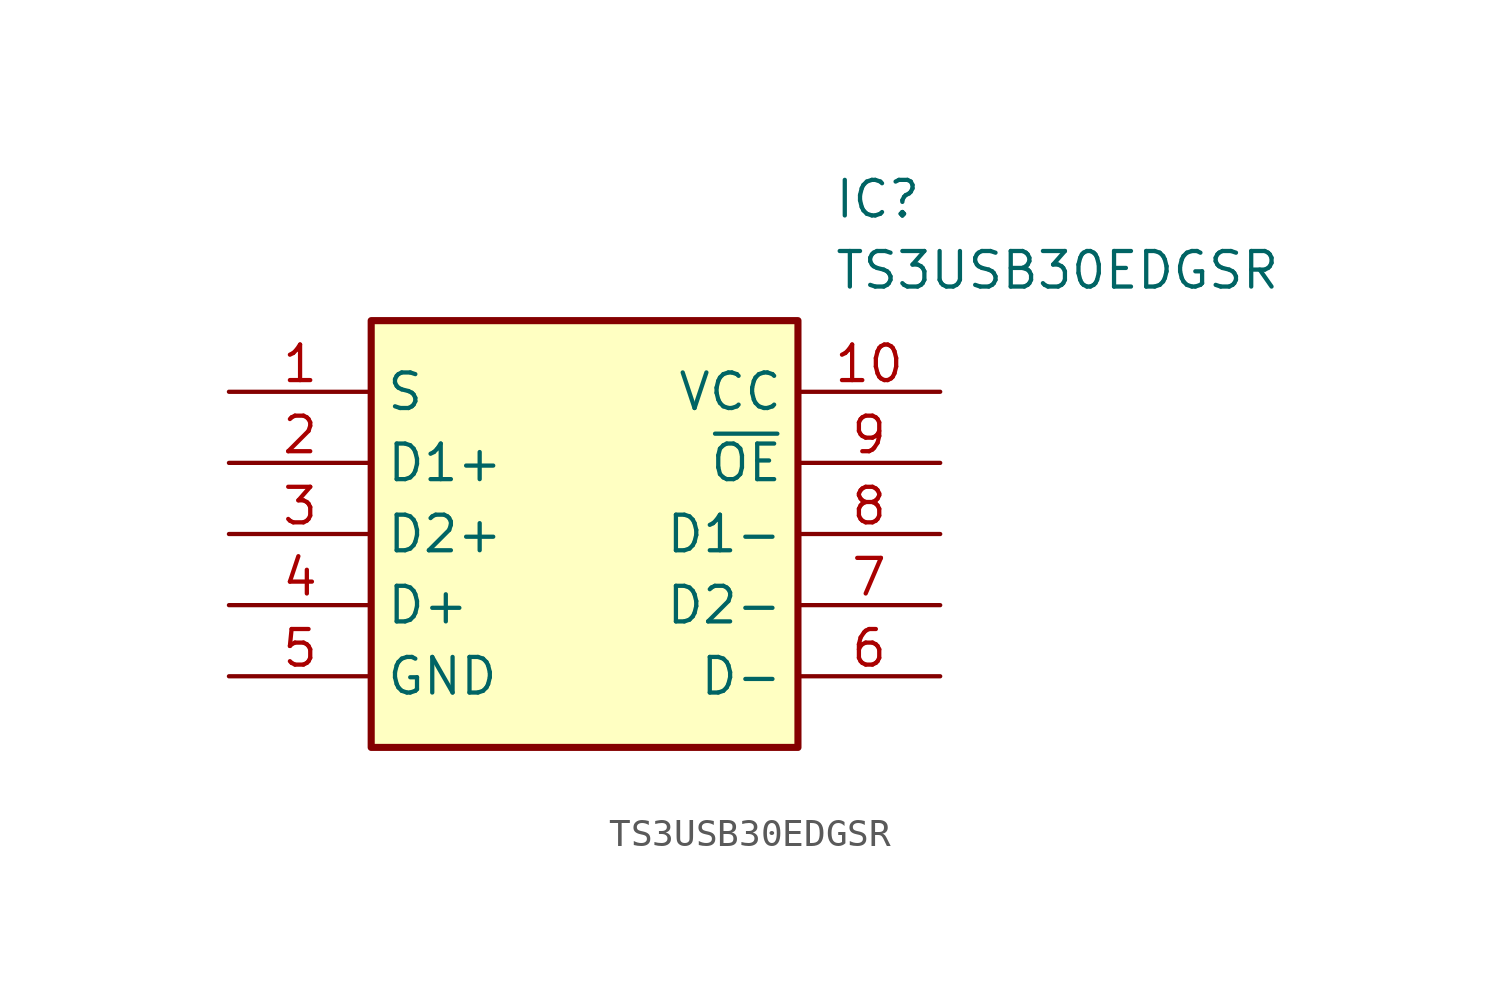
<source format=kicad_sym>
(kicad_symbol_lib
  (version 20211014)
  (generator SamacSys_ECAD_Model)
  (symbol "TS3USB30EDGSR"
    (property "Reference" "IC"
      (at 21.59 7.62 0)
      (effects (font (size 1.27 1.27)) (justify left top)))
    (property "Value" "TS3USB30EDGSR"
      (at 21.59 5.08 0)
      (effects (font (size 1.27 1.27)) (justify left top)))
    (rectangle
      (start 5.08 2.54)
      (end 20.32 -12.7)
      (stroke (width 0.254) (type default))
      (fill (type background)))
    (pin passive line
      (at 0 0 0)
      (length 5.08)
      (name "S" (effects (font (size 1.27 1.27))))
      (number "1" (effects (font (size 1.27 1.27)))))
    (pin passive line
      (at 0 -2.54 0)
      (length 5.08)
      (name "D1+" (effects (font (size 1.27 1.27))))
      (number "2" (effects (font (size 1.27 1.27)))))
    (pin passive line
      (at 0 -5.08 0)
      (length 5.08)
      (name "D2+" (effects (font (size 1.27 1.27))))
      (number "3" (effects (font (size 1.27 1.27)))))
    (pin passive line
      (at 0 -7.62 0)
      (length 5.08)
      (name "D+" (effects (font (size 1.27 1.27))))
      (number "4" (effects (font (size 1.27 1.27)))))
    (pin passive line
      (at 0 -10.16 0)
      (length 5.08)
      (name "GND" (effects (font (size 1.27 1.27))))
      (number "5" (effects (font (size 1.27 1.27)))))
    (pin passive line
      (at 25.4 0 180)
      (length 5.08)
      (name "VCC" (effects (font (size 1.27 1.27))))
      (number "10" (effects (font (size 1.27 1.27)))))
    (pin passive line
      (at 25.4 -2.54 180)
      (length 5.08)
      (name "~{OE}" (effects (font (size 1.27 1.27))))
      (number "9" (effects (font (size 1.27 1.27)))))
    (pin passive line
      (at 25.4 -5.08 180)
      (length 5.08)
      (name "D1-" (effects (font (size 1.27 1.27))))
      (number "8" (effects (font (size 1.27 1.27)))))
    (pin passive line
      (at 25.4 -7.62 180)
      (length 5.08)
      (name "D2-" (effects (font (size 1.27 1.27))))
      (number "7" (effects (font (size 1.27 1.27)))))
    (pin passive line
      (at 25.4 -10.16 180)
      (length 5.08)
      (name "D-" (effects (font (size 1.27 1.27))))
      (number "6" (effects (font (size 1.27 1.27)))))))
</source>
